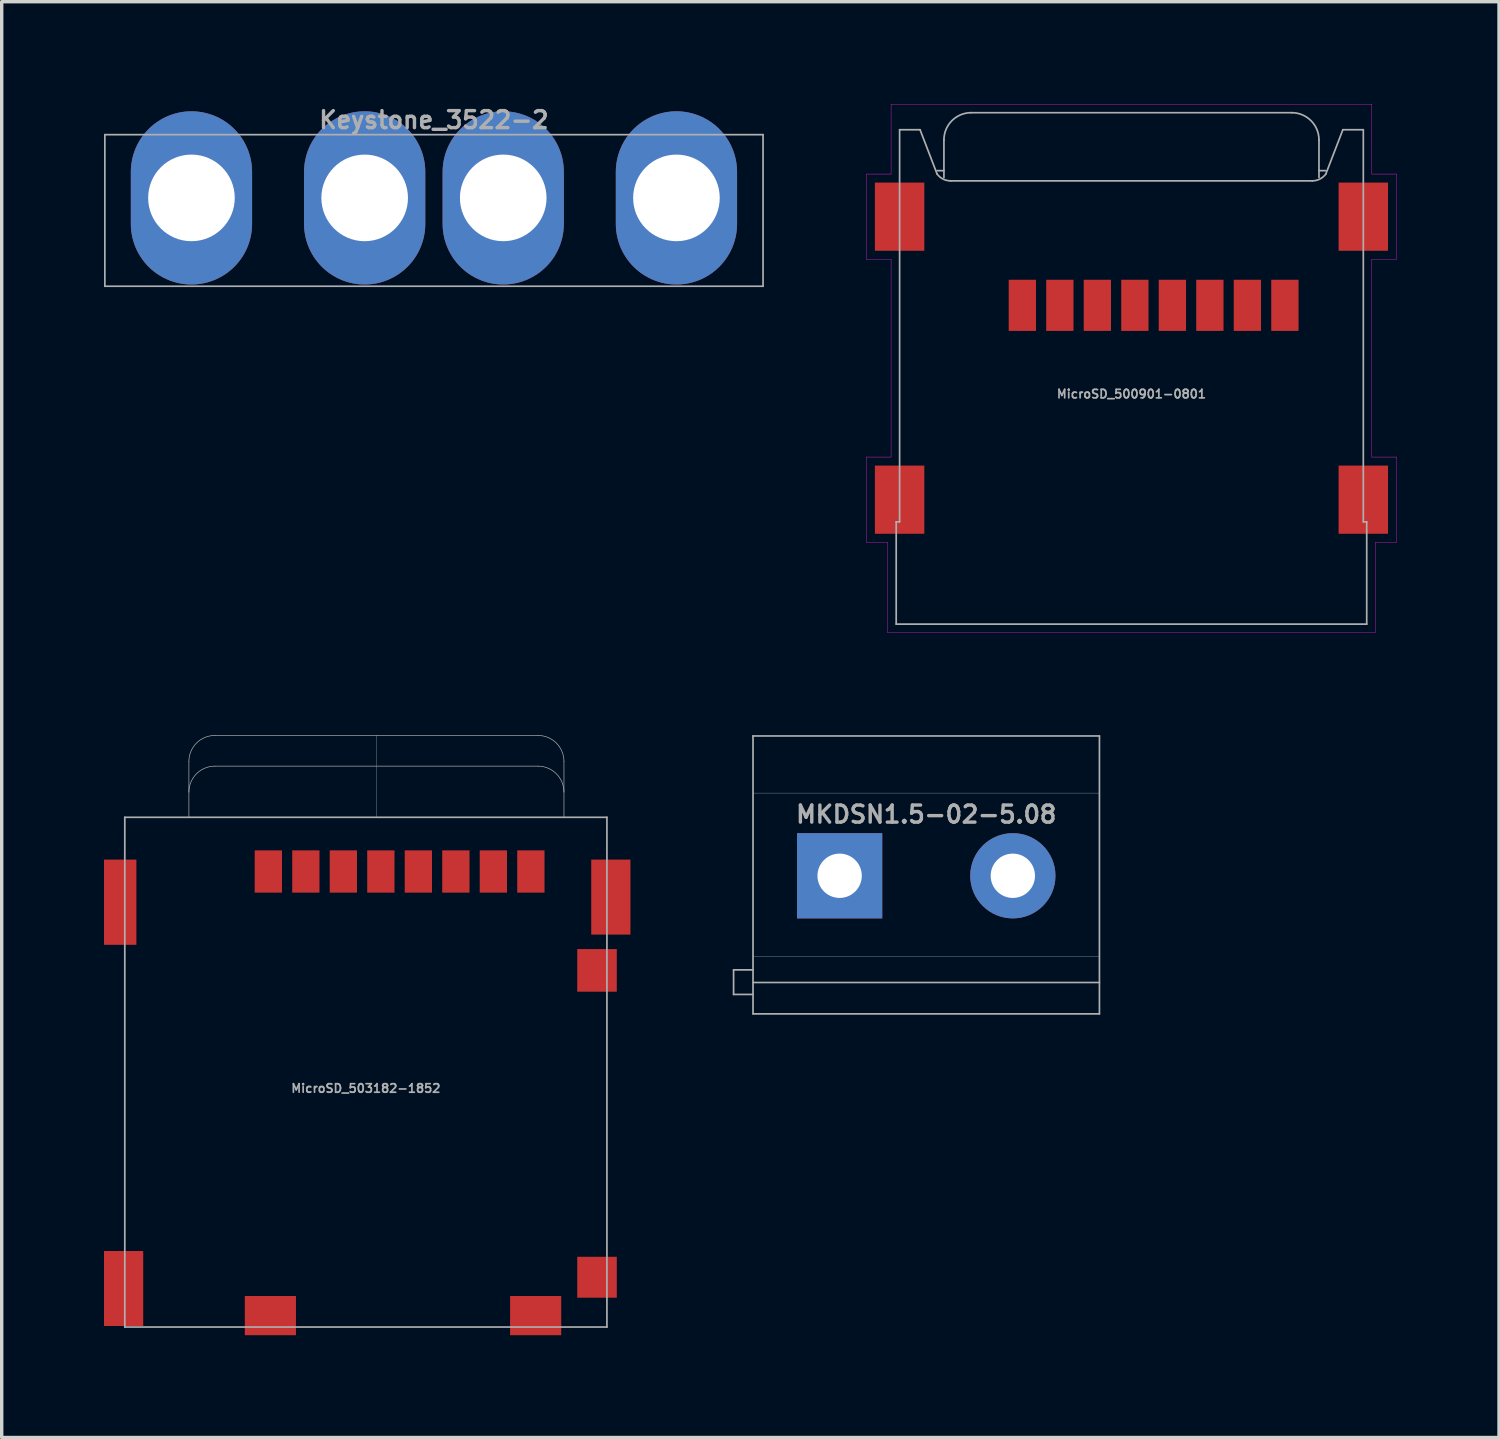
<source format=kicad_pcb>
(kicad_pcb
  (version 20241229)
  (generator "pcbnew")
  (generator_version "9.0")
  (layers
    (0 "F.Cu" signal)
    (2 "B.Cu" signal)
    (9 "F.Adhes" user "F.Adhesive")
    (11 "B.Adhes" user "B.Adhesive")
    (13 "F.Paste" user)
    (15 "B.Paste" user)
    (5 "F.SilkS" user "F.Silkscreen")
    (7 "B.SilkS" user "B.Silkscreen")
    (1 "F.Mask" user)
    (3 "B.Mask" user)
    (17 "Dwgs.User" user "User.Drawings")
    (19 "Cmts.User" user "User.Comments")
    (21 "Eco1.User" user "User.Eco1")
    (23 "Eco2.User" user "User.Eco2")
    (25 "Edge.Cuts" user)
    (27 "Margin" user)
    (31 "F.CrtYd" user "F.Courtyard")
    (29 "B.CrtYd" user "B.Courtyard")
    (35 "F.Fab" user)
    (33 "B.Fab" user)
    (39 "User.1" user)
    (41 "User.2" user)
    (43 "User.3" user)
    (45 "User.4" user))
  (footprint "Keystone_3522-2"
    (layer "F.Cu")
    (at 9.677 2.754)
    (property "Reference" "Keystone_3522-2" (at 0 -2.286 0) (layer "F.Fab") (effects (font (size 0.5 0.5) (thickness 0.1))))
    (attr through_hole)
    (fp_line (start -9.652 -1.854) (end -9.652 2.591) (stroke (width 0.05) (type solid)) (layer "F.Fab"))
    (fp_line (start -9.652 -1.854) (end 9.652 -1.854) (stroke (width 0.05) (type solid)) (layer "F.Fab"))
    (fp_line (start -9.652 2.591) (end 9.652 2.591) (stroke (width 0.05) (type solid)) (layer "F.Fab"))
    (fp_line (start 9.652 -1.854) (end 9.652 2.591) (stroke (width 0.05) (type solid)) (layer "F.Fab"))
    (pad "1" thru_hole oval (at -7.112 0) (size 3.556 5.08) (drill 2.54) (layers "*.Cu" "*.Mask"))
    (pad "1" thru_hole oval (at -2.032 0) (size 3.556 5.08) (drill 2.54) (layers "*.Cu" "*.Mask"))
    (pad "2" thru_hole oval (at 2.032 0) (size 3.556 5.08) (drill 2.54) (layers "*.Cu" "*.Mask"))
    (pad "2" thru_hole oval (at 7.112 0) (size 3.556 5.08) (drill 2.54) (layers "*.Cu" "*.Mask")))
  (footprint "MicroSD_503182-1852"
    (layer "F.Cu")
    (at 7.68 28.37)
    (property "Reference" "MicroSD_503182-1852" (at 0 0.5 180) (layer "F.Fab") (effects (font (size 0.25 0.25) (thickness 0.05))))
    (attr smd)
    (fp_line (start -7.07 -7.45) (end -7.07 7.5) (stroke (width 0.05) (type solid)) (layer "F.Fab"))
    (fp_line (start -7.07 7.5) (end 7.07 7.5) (stroke (width 0.05) (type solid)) (layer "F.Fab"))
    (fp_line (start -5.19 -7.45) (end -5.19 -9.088) (stroke (width 0.02) (type solid)) (layer "F.Fab"))
    (fp_line (start 0.31 -7.45) (end 0.31 -9.85) (stroke (width 0.01) (type solid)) (layer "F.Fab"))
    (fp_line (start 5.048 -9.85) (end -4.428 -9.85) (stroke (width 0.02) (type solid)) (layer "F.Fab"))
    (fp_line (start 5.048 -8.95) (end -4.428 -8.95) (stroke (width 0.02) (type solid)) (layer "F.Fab"))
    (fp_line (start 5.81 -7.45) (end 5.81 -9.088) (stroke (width 0.02) (type solid)) (layer "F.Fab"))
    (fp_line (start 7.07 -7.45) (end -7.07 -7.45) (stroke (width 0.05) (type solid)) (layer "F.Fab"))
    (fp_line (start 7.07 7.5) (end 7.07 -7.45) (stroke (width 0.05) (type solid)) (layer "F.Fab"))
    (fp_arc (start -5.19 -9.088) (mid -4.966815 -9.626815) (end -4.428 -9.85) (stroke (width 0.02) (type solid)) (layer "F.Fab"))
    (fp_arc (start -5.19 -8.188) (mid -4.966815 -8.726815) (end -4.428 -8.95) (stroke (width 0.02) (type solid)) (layer "F.Fab"))
    (fp_arc (start 5.048 -9.85) (mid 5.586815 -9.626815) (end 5.81 -9.088) (stroke (width 0.02) (type solid)) (layer "F.Fab"))
    (fp_arc (start 5.048 -8.95) (mid 5.586815 -8.726815) (end 5.81 -8.188) (stroke (width 0.02) (type solid)) (layer "F.Fab"))
    (pad "1" smd rect (at -2.86 -5.86) (size 0.8 1.24) (layers "F.Cu" "F.Mask" "F.Paste"))
    (pad "2" smd rect (at -1.76 -5.86) (size 0.8 1.24) (layers "F.Cu" "F.Mask" "F.Paste"))
    (pad "3" smd rect (at -0.66 -5.86) (size 0.8 1.24) (layers "F.Cu" "F.Mask" "F.Paste"))
    (pad "4" smd rect (at 0.44 -5.86) (size 0.8 1.24) (layers "F.Cu" "F.Mask" "F.Paste"))
    (pad "5" smd rect (at 1.54 -5.86) (size 0.8 1.24) (layers "F.Cu" "F.Mask" "F.Paste"))
    (pad "6" smd rect (at 2.64 -5.86) (size 0.8 1.24) (layers "F.Cu" "F.Mask" "F.Paste"))
    (pad "7" smd rect (at 3.74 -5.86) (size 0.8 1.24) (layers "F.Cu" "F.Mask" "F.Paste"))
    (pad "8" smd rect (at 4.84 -5.86) (size 0.8 1.24) (layers "F.Cu" "F.Mask" "F.Paste"))
    (pad "9" smd rect (at 6.78 6.04) (size 1.16 1.2) (layers "F.Cu" "F.Mask" "F.Paste"))
    (pad "10" smd rect (at 6.78 -2.96) (size 1.16 1.25) (layers "F.Cu" "F.Mask" "F.Paste"))
    (pad "S" smd rect (at -7.205 -4.96) (size 0.95 2.5) (layers "F.Cu" "F.Mask" "F.Paste"))
    (pad "S" smd rect (at -7.105 6.37) (size 1.15 2.2) (layers "F.Cu" "F.Mask" "F.Paste"))
    (pad "S" smd rect (at -2.8 7.165) (size 1.5 1.15) (layers "F.Cu" "F.Mask" "F.Paste"))
    (pad "S" smd rect (at 4.98 7.165) (size 1.5 1.15) (layers "F.Cu" "F.Mask" "F.Paste"))
    (pad "S" smd rect (at 7.185 -5.11) (size 1.15 2.2) (layers "F.Cu" "F.Mask" "F.Paste")))
  (footprint "MKDSN1.5-02-5.08"
    (layer "F.Cu")
    (at 24.115 22.635)
    (property "Reference" "MKDSN1.5-02-5.08" (at 0 -1.8 0) (layer "F.Fab") (effects (font (size 0.5 0.5) (thickness 0.1))))
    (attr through_hole)
    (fp_line (start -5.65 2.76) (end -5.08 2.76) (stroke (width 0.05) (type solid)) (layer "F.Fab"))
    (fp_line (start -5.65 3.48) (end -5.65 2.76) (stroke (width 0.05) (type solid)) (layer "F.Fab"))
    (fp_line (start -5.65 3.48) (end -5.08 3.48) (stroke (width 0.05) (type solid)) (layer "F.Fab"))
    (fp_line (start -5.08 -4.1) (end -5.08 4.05) (stroke (width 0.05) (type solid)) (layer "F.Fab"))
    (fp_line (start -5.08 -2.425) (end 5.08 -2.425) (stroke (width 0.01) (type solid)) (layer "F.Fab"))
    (fp_line (start -5.08 2.375) (end 5.08 2.375) (stroke (width 0.01) (type solid)) (layer "F.Fab"))
    (fp_line (start -5.08 3.13) (end 5.08 3.13) (stroke (width 0.05) (type solid)) (layer "F.Fab"))
    (fp_line (start -5.08 4.05) (end 5.08 4.05) (stroke (width 0.05) (type solid)) (layer "F.Fab"))
    (fp_line (start 5.08 -4.1) (end -5.08 -4.1) (stroke (width 0.05) (type solid)) (layer "F.Fab"))
    (fp_line (start 5.08 4.05) (end 5.08 -4.1) (stroke (width 0.05) (type solid)) (layer "F.Fab"))
    (pad "1" thru_hole rect (at -2.54 0) (size 2.5 2.5) (drill 1.3) (layers "*.Cu" "*.Mask"))
    (pad "2" thru_hole oval (at 2.54 0) (size 2.5 2.5) (drill 1.3) (layers "*.Cu" "*.Mask")))
  (footprint "MicroSD_500901-0801"
    (layer "F.Cu")
    (at 30.134 15.255)
    (property "Reference" "MicroSD_500901-0801" (at 0 -6.75 180) (layer "F.Fab") (effects (font (size 0.25 0.25) (thickness 0.05))))
    (attr smd)
    (fp_line (start -7.775 -13.2) (end -7.775 -10.7) (stroke (width 0.01) (type solid)) (layer "F.CrtYd"))
    (fp_line (start -7.775 -10.7) (end -7.05 -10.7) (stroke (width 0.01) (type solid)) (layer "F.CrtYd"))
    (fp_line (start -7.775 -4.9) (end -7.775 -2.4) (stroke (width 0.01) (type solid)) (layer "F.CrtYd"))
    (fp_line (start -7.775 -2.4) (end -7.15 -2.4) (stroke (width 0.01) (type solid)) (layer "F.CrtYd"))
    (fp_line (start -7.15 -2.4) (end -7.15 0.25) (stroke (width 0.01) (type solid)) (layer "F.CrtYd"))
    (fp_line (start -7.15 0.25) (end 7.15 0.25) (stroke (width 0.01) (type solid)) (layer "F.CrtYd"))
    (fp_line (start -7.05 -15.25) (end -7.05 -13.2) (stroke (width 0.01) (type solid)) (layer "F.CrtYd"))
    (fp_line (start -7.05 -13.2) (end -7.775 -13.2) (stroke (width 0.01) (type solid)) (layer "F.CrtYd"))
    (fp_line (start -7.05 -10.7) (end -7.05 -4.9) (stroke (width 0.01) (type solid)) (layer "F.CrtYd"))
    (fp_line (start -7.05 -4.9) (end -7.775 -4.9) (stroke (width 0.01) (type solid)) (layer "F.CrtYd"))
    (fp_line (start 7.05 -15.25) (end -7.05 -15.25) (stroke (width 0.01) (type solid)) (layer "F.CrtYd"))
    (fp_line (start 7.05 -13.2) (end 7.05 -15.25) (stroke (width 0.01) (type solid)) (layer "F.CrtYd"))
    (fp_line (start 7.05 -10.7) (end 7.775 -10.7) (stroke (width 0.01) (type solid)) (layer "F.CrtYd"))
    (fp_line (start 7.05 -4.9) (end 7.05 -10.7) (stroke (width 0.01) (type solid)) (layer "F.CrtYd"))
    (fp_line (start 7.15 -2.4) (end 7.775 -2.4) (stroke (width 0.01) (type solid)) (layer "F.CrtYd"))
    (fp_line (start 7.15 0.25) (end 7.15 -2.4) (stroke (width 0.01) (type solid)) (layer "F.CrtYd"))
    (fp_line (start 7.775 -13.2) (end 7.05 -13.2) (stroke (width 0.01) (type solid)) (layer "F.CrtYd"))
    (fp_line (start 7.775 -10.7) (end 7.775 -13.2) (stroke (width 0.01) (type solid)) (layer "F.CrtYd"))
    (fp_line (start 7.775 -4.9) (end 7.05 -4.9) (stroke (width 0.01) (type solid)) (layer "F.CrtYd"))
    (fp_line (start 7.775 -2.4) (end 7.775 -4.9) (stroke (width 0.01) (type solid)) (layer "F.CrtYd"))
    (fp_line (start -6.9 -3) (end -6.9 0) (stroke (width 0.05) (type solid)) (layer "F.Fab"))
    (fp_line (start -6.9 0) (end 6.9 0) (stroke (width 0.05) (type solid)) (layer "F.Fab"))
    (fp_line (start -6.8 -14.5) (end -6.8 -3) (stroke (width 0.05) (type solid)) (layer "F.Fab"))
    (fp_line (start -6.8 -14.5) (end -6.2 -14.5) (stroke (width 0.05) (type solid)) (layer "F.Fab"))
    (fp_line (start -6.8 -3) (end -6.9 -3) (stroke (width 0.05) (type solid)) (layer "F.Fab"))
    (fp_line (start -6.2 -14.5) (end -5.7 -13.2) (stroke (width 0.05) (type solid)) (layer "F.Fab"))
    (fp_line (start -5.5 -14.2) (end -5.5 -13.1) (stroke (width 0.05) (type solid)) (layer "F.Fab"))
    (fp_line (start -5.5 -13.3) (end -5.7 -13.3) (stroke (width 0.05) (type solid)) (layer "F.Fab"))
    (fp_line (start -5.3 -13) (end 5.3 -13) (stroke (width 0.05) (type solid)) (layer "F.Fab"))
    (fp_line (start 4.7 -15) (end -4.7 -15) (stroke (width 0.05) (type solid)) (layer "F.Fab"))
    (fp_line (start 5.5 -14.2) (end 5.5 -13.1) (stroke (width 0.05) (type solid)) (layer "F.Fab"))
    (fp_line (start 5.5 -13.3) (end 5.7 -13.3) (stroke (width 0.05) (type solid)) (layer "F.Fab"))
    (fp_line (start 6.2 -14.5) (end 5.7 -13.2) (stroke (width 0.05) (type solid)) (layer "F.Fab"))
    (fp_line (start 6.8 -14.5) (end 6.2 -14.5) (stroke (width 0.05) (type solid)) (layer "F.Fab"))
    (fp_line (start 6.8 -3) (end 6.8 -14.5) (stroke (width 0.05) (type solid)) (layer "F.Fab"))
    (fp_line (start 6.9 -3) (end 6.8 -3) (stroke (width 0.05) (type solid)) (layer "F.Fab"))
    (fp_line (start 6.9 0) (end 6.9 -3) (stroke (width 0.05) (type solid)) (layer "F.Fab"))
    (fp_arc (start -5.5 -14.2) (mid -5.265685 -14.765685) (end -4.7 -15) (stroke (width 0.05) (type solid)) (layer "F.Fab"))
    (fp_arc (start -5.3 -13) (mid -5.523607 -13.052786) (end -5.7 -13.2) (stroke (width 0.05) (type solid)) (layer "F.Fab"))
    (fp_arc (start 4.7 -15) (mid 5.265685 -14.765685) (end 5.5 -14.2) (stroke (width 0.05) (type solid)) (layer "F.Fab"))
    (fp_arc (start 5.7 -13.2) (mid 5.523607 -13.052786) (end 5.3 -13) (stroke (width 0.05) (type solid)) (layer "F.Fab"))
    (pad "1" smd rect (at -3.2 -9.35) (size 0.8 1.5) (layers "F.Cu" "F.Mask" "F.Paste"))
    (pad "2" smd rect (at -2.1 -9.35) (size 0.8 1.5) (layers "F.Cu" "F.Mask" "F.Paste"))
    (pad "3" smd rect (at -1 -9.35) (size 0.8 1.5) (layers "F.Cu" "F.Mask" "F.Paste"))
    (pad "4" smd rect (at 0.1 -9.35) (size 0.8 1.5) (layers "F.Cu" "F.Mask" "F.Paste"))
    (pad "5" smd rect (at 1.2 -9.35) (size 0.8 1.5) (layers "F.Cu" "F.Mask" "F.Paste"))
    (pad "6" smd rect (at 2.3 -9.35) (size 0.8 1.5) (layers "F.Cu" "F.Mask" "F.Paste"))
    (pad "7" smd rect (at 3.4 -9.35) (size 0.8 1.5) (layers "F.Cu" "F.Mask" "F.Paste"))
    (pad "8" smd rect (at 4.5 -9.35) (size 0.8 1.5) (layers "F.Cu" "F.Mask" "F.Paste"))
    (pad "S" smd rect (at -6.8 -11.95) (size 1.45 2) (layers "F.Cu" "F.Mask" "F.Paste"))
    (pad "S" smd rect (at -6.8 -3.65) (size 1.45 2) (layers "F.Cu" "F.Mask" "F.Paste"))
    (pad "S" smd rect (at 6.8 -11.95) (size 1.45 2) (layers "F.Cu" "F.Mask" "F.Paste"))
    (pad "S" smd rect (at 6.8 -3.65) (size 1.45 2) (layers "F.Cu" "F.Mask" "F.Paste")))
  (gr_rect
    (start -3 -3)
    (end 40.914 39.11)
    (stroke (width 0.1) (type default))
    (fill no)
    (layer "Edge.Cuts")))
</source>
